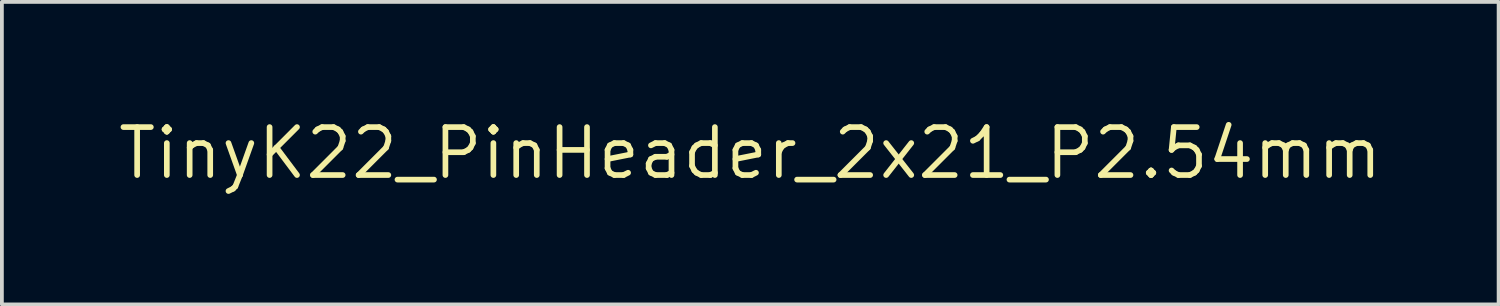
<source format=kicad_pcb>
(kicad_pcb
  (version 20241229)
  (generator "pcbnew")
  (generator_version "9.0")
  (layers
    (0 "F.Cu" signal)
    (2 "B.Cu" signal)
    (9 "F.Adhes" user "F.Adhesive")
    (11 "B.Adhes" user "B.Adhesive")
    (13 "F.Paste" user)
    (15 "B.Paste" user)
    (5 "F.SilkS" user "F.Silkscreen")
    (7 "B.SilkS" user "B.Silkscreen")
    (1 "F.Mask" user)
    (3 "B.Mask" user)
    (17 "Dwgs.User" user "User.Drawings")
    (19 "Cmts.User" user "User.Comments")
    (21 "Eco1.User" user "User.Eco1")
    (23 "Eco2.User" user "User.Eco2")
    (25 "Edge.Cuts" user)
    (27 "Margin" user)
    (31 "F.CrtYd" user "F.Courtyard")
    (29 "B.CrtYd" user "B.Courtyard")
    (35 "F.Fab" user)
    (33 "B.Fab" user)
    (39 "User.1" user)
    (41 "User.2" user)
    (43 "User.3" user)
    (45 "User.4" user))
  (footprint "TinyK22_PinHeader_2x21_P2.54mm"
    (layer "F.Cu")
    (at 16.82 1.006)
    (property "Reference" "TinyK22_PinHeader_2x21_P2.54mm" (at 0 0 0) (layer "F.SilkS") (effects (font (size 1.27 1.27) (thickness 0.15))))
    (attr through_hole))
  (gr_rect
    (start -3 -3)
    (end 36.639 5.012)
    (stroke (width 0.1) (type default))
    (fill no)
    (layer "Edge.Cuts")))
</source>
